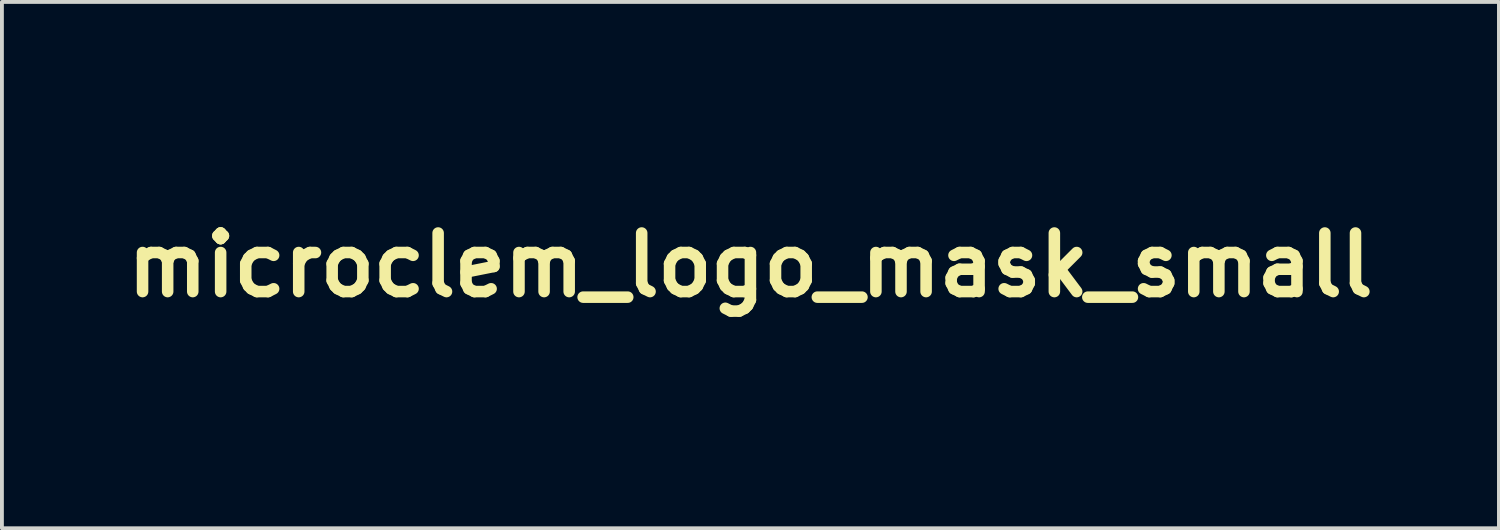
<source format=kicad_pcb>
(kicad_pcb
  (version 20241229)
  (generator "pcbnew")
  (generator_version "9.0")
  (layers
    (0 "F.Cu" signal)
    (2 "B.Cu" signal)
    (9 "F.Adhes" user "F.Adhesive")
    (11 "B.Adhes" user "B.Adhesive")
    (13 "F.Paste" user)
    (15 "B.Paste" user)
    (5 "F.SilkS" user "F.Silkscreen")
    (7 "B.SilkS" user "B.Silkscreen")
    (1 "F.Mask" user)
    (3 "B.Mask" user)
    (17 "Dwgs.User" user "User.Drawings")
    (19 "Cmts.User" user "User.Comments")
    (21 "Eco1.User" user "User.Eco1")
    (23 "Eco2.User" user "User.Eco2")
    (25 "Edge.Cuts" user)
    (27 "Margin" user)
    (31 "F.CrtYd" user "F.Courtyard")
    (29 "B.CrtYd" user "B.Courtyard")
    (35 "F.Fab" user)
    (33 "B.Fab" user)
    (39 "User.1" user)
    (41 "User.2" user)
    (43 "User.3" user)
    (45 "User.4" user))
  (footprint "microclem_logo_mask_small"
    (layer "F.Cu")
    (at 16.481 3.849)
    (property "Reference" "microclem_logo_mask_small" (at 0 0 0) (layer "F.SilkS") (effects (font (size 1.524 1.524) (thickness 0.3))))
    (attr through_hole)
    (fp_poly (pts (xy -0.604 -0.437) (xy -0.607 -0.435) (xy -0.61 -0.437) (xy -0.607 -0.44) (xy -0.604 -0.437)) (stroke (width 0.01) (type solid)) (fill yes) (layer "F.Mask"))
    (fp_poly (pts (xy -0.474 0.663) (xy -0.477 0.666) (xy -0.48 0.663) (xy -0.477 0.66) (xy -0.474 0.663)) (stroke (width 0.01) (type solid)) (fill yes) (layer "F.Mask"))
    (fp_poly (pts (xy 2.019 2.92) (xy 2.063 2.929) (xy 2.101 2.947) (xy 2.131 2.973) (xy 2.153 3.007) (xy 2.167 3.048) (xy 2.172 3.08) (xy 2.175 3.121) (xy 1.823 3.121) (xy 1.823 3.105) (xy 1.826 3.083) (xy 1.834 3.055) (xy 1.845 3.026) (xy 1.858 3) (xy 1.864 2.99) (xy 1.894 2.957) (xy 1.928 2.934) (xy 1.968 2.922) (xy 2.012 2.92) (xy 2.019 2.92)) (stroke (width 0.01) (type solid)) (fill yes) (layer "F.Mask"))
    (fp_poly (pts (xy 0.019 2.929) (xy 0.051 2.937) (xy 0.079 2.95) (xy 0.105 2.971) (xy 0.13 3) (xy 0.149 3.037) (xy 0.163 3.081) (xy 0.171 3.129) (xy 0.173 3.18) (xy 0.172 3.195) (xy 0.165 3.254) (xy 0.151 3.303) (xy 0.13 3.344) (xy 0.102 3.377) (xy 0.068 3.401) (xy 0.065 3.402) (xy 0.037 3.413) (xy 0.001 3.419) (xy -0.036 3.42) (xy -0.071 3.417) (xy -0.099 3.409) (xy -0.126 3.394) (xy -0.153 3.372) (xy -0.176 3.347) (xy -0.186 3.33) (xy -0.201 3.297) (xy -0.21 3.261) (xy -0.215 3.219) (xy -0.217 3.175) (xy -0.217 3.141) (xy -0.215 3.115) (xy -0.212 3.094) (xy -0.206 3.072) (xy -0.205 3.068) (xy -0.186 3.021) (xy -0.162 2.984) (xy -0.132 2.957) (xy -0.095 2.938) (xy -0.052 2.929) (xy -0.02 2.927) (xy 0.019 2.929)) (stroke (width 0.01) (type solid)) (fill yes) (layer "F.Mask"))
    (fp_poly (pts (xy -0.017 -0.054) (xy 0.002 -0.051) (xy 0.02 -0.049) (xy 0.035 -0.044) (xy 0.048 -0.031) (xy 0.05 -0.028) (xy 0.06 -0.013) (xy 0.07 -0.001) (xy 0.071 0.001) (xy 0.076 0.01) (xy 0.076 0.022) (xy 0.074 0.032) (xy 0.069 0.05) (xy 0.067 0.066) (xy 0.066 0.068) (xy 0.061 0.08) (xy 0.046 0.092) (xy 0.043 0.093) (xy 0.029 0.102) (xy 0.02 0.109) (xy 0.018 0.112) (xy 0.011 0.117) (xy -0.001 0.118) (xy -0.015 0.116) (xy -0.023 0.113) (xy -0.035 0.109) (xy -0.046 0.107) (xy -0.058 0.105) (xy -0.067 0.096) (xy -0.073 0.085) (xy -0.082 0.07) (xy -0.09 0.06) (xy -0.092 0.058) (xy -0.097 0.054) (xy -0.098 0.045) (xy -0.096 0.029) (xy -0.094 0.019) (xy -0.087 -0.009) (xy -0.077 -0.027) (xy -0.066 -0.034) (xy -0.065 -0.034) (xy -0.057 -0.038) (xy -0.048 -0.046) (xy -0.037 -0.054) (xy -0.024 -0.055) (xy -0.017 -0.054)) (stroke (width 0.01) (type solid)) (fill yes) (layer "F.Mask"))
    (fp_poly (pts (xy 3.528 3.844) (xy -3.522 3.844) (xy -3.522 2.845) (xy -3.031 2.845) (xy -3.031 3.505) (xy -2.929 3.505) (xy -2.929 3.075) (xy -2.903 3.021) (xy -2.882 2.983) (xy -2.863 2.954) (xy -2.845 2.936) (xy -2.828 2.926) (xy -2.815 2.924) (xy -2.798 2.926) (xy -2.787 2.935) (xy -2.784 2.939) (xy -2.782 2.943) (xy -2.78 2.949) (xy -2.778 2.957) (xy -2.777 2.969) (xy -2.776 2.985) (xy -2.775 3.006) (xy -2.774 3.034) (xy -2.774 3.069) (xy -2.773 3.113) (xy -2.773 3.166) (xy -2.773 3.229) (xy -2.773 3.23) (xy -2.771 3.505) (xy -2.67 3.505) (xy -2.67 3.075) (xy -2.641 3.019) (xy -2.621 2.983) (xy -2.604 2.956) (xy -2.588 2.938) (xy -2.573 2.928) (xy -2.557 2.924) (xy -2.555 2.924) (xy -2.539 2.926) (xy -2.528 2.935) (xy -2.525 2.939) (xy -2.522 2.943) (xy -2.52 2.949) (xy -2.519 2.957) (xy -2.517 2.969) (xy -2.516 2.985) (xy -2.516 3.006) (xy -2.515 3.034) (xy -2.514 3.069) (xy -2.514 3.113) (xy -2.513 3.165) (xy -2.513 3.229) (xy -2.513 3.23) (xy -2.511 3.505) (xy -2.41 3.505) (xy -2.41 3.409) (xy -2.286 3.409) (xy -2.286 3.505) (xy -1.761 3.505) (xy -1.761 3.409) (xy -1.959 3.409) (xy -1.959 3.161) (xy -1.647 3.161) (xy -1.646 3.228) (xy -1.636 3.289) (xy -1.617 3.344) (xy -1.591 3.391) (xy -1.556 3.432) (xy -1.514 3.464) (xy -1.464 3.489) (xy -1.419 3.502) (xy -1.384 3.507) (xy -1.342 3.509) (xy -1.297 3.509) (xy -1.252 3.505) (xy -1.211 3.5) (xy -1.183 3.493) (xy -1.137 3.48) (xy -1.136 3.43) (xy -1.135 3.406) (xy -1.135 3.391) (xy -1.137 3.384) (xy -1.14 3.383) (xy -1.144 3.384) (xy -1.21 3.405) (xy -1.271 3.416) (xy -1.328 3.417) (xy -1.348 3.415) (xy -1.398 3.404) (xy -1.439 3.386) (xy -1.472 3.361) (xy -1.498 3.327) (xy -1.516 3.285) (xy -1.528 3.235) (xy -1.53 3.219) (xy -1.532 3.16) (xy -1.524 3.102) (xy -1.512 3.062) (xy -1.496 3.031) (xy -1.472 3.001) (xy -1.444 2.973) (xy -1.413 2.952) (xy -1.407 2.948) (xy -1.373 2.937) (xy -1.332 2.93) (xy -1.287 2.93) (xy -1.24 2.934) (xy -1.196 2.944) (xy -1.159 2.957) (xy -1.135 2.968) (xy -1.135 2.867) (xy -1.153 2.859) (xy -1.191 2.847) (xy -1.208 2.845) (xy -0.971 2.845) (xy -0.971 3.505) (xy -0.858 3.505) (xy -0.858 3.181) (xy -0.329 3.181) (xy -0.326 3.243) (xy -0.317 3.297) (xy -0.302 3.344) (xy -0.281 3.386) (xy -0.252 3.424) (xy -0.249 3.427) (xy -0.211 3.461) (xy -0.165 3.487) (xy -0.113 3.505) (xy -0.082 3.511) (xy -0.055 3.513) (xy -0.022 3.513) (xy 0.013 3.511) (xy 0.045 3.506) (xy 0.056 3.504) (xy 0.102 3.488) (xy 0.146 3.464) (xy 0.186 3.432) (xy 0.189 3.429) (xy 0.225 3.387) (xy 0.252 3.339) (xy 0.271 3.286) (xy 0.281 3.226) (xy 0.284 3.167) (xy 0.284 3.161) (xy 0.414 3.161) (xy 0.415 3.228) (xy 0.424 3.289) (xy 0.443 3.344) (xy 0.469 3.391) (xy 0.504 3.432) (xy 0.546 3.464) (xy 0.596 3.489) (xy 0.641 3.502) (xy 0.676 3.507) (xy 0.718 3.509) (xy 0.763 3.509) (xy 0.808 3.505) (xy 0.85 3.5) (xy 0.878 3.493) (xy 0.923 3.48) (xy 0.925 3.43) (xy 0.925 3.409) (xy 1.078 3.409) (xy 1.078 3.505) (xy 1.603 3.505) (xy 1.603 3.409) (xy 1.405 3.409) (xy 1.405 3.188) (xy 1.707 3.188) (xy 1.709 3.233) (xy 1.714 3.275) (xy 1.718 3.293) (xy 1.736 3.349) (xy 1.762 3.397) (xy 1.796 3.437) (xy 1.837 3.468) (xy 1.887 3.492) (xy 1.944 3.507) (xy 1.966 3.511) (xy 1.992 3.513) (xy 2.026 3.514) (xy 2.064 3.513) (xy 2.103 3.51) (xy 2.139 3.507) (xy 2.156 3.505) (xy 2.181 3.501) (xy 2.208 3.496) (xy 2.223 3.493) (xy 2.252 3.486) (xy 2.252 3.442) (xy 2.252 3.419) (xy 2.251 3.406) (xy 2.249 3.4) (xy 2.245 3.399) (xy 2.239 3.4) (xy 2.204 3.408) (xy 2.163 3.414) (xy 2.12 3.419) (xy 2.075 3.421) (xy 2.033 3.421) (xy 1.996 3.419) (xy 1.966 3.415) (xy 1.959 3.413) (xy 1.916 3.395) (xy 1.881 3.369) (xy 1.853 3.336) (xy 1.834 3.297) (xy 1.824 3.253) (xy 1.823 3.233) (xy 1.823 3.206) (xy 2.285 3.206) (xy 2.289 3.181) (xy 2.291 3.162) (xy 2.291 3.137) (xy 2.289 3.112) (xy 2.289 3.111) (xy 2.279 3.047) (xy 2.261 2.991) (xy 2.236 2.943) (xy 2.204 2.904) (xy 2.164 2.873) (xy 2.117 2.851) (xy 2.092 2.845) (xy 2.416 2.845) (xy 2.416 3.505) (xy 2.517 3.505) (xy 2.517 3.075) (xy 2.544 3.021) (xy 2.565 2.983) (xy 2.584 2.954) (xy 2.602 2.936) (xy 2.619 2.926) (xy 2.632 2.924) (xy 2.649 2.926) (xy 2.66 2.935) (xy 2.663 2.939) (xy 2.665 2.943) (xy 2.667 2.949) (xy 2.668 2.957) (xy 2.67 2.969) (xy 2.671 2.985) (xy 2.672 3.006) (xy 2.672 3.034) (xy 2.673 3.069) (xy 2.673 3.113) (xy 2.674 3.166) (xy 2.674 3.229) (xy 2.674 3.23) (xy 2.676 3.505) (xy 2.777 3.505) (xy 2.777 3.075) (xy 2.806 3.019) (xy 2.826 2.983) (xy 2.843 2.956) (xy 2.859 2.938) (xy 2.874 2.928) (xy 2.889 2.924) (xy 2.892 2.924) (xy 2.908 2.926) (xy 2.919 2.935) (xy 2.922 2.939) (xy 2.925 2.943) (xy 2.927 2.949) (xy 2.928 2.957) (xy 2.929 2.969) (xy 2.931 2.985) (xy 2.931 3.006) (xy 2.932 3.034) (xy 2.933 3.069) (xy 2.933 3.113) (xy 2.933 3.165) (xy 2.934 3.229) (xy 2.934 3.23) (xy 2.936 3.505) (xy 3.037 3.505) (xy 3.036 3.224) (xy 3.035 3.161) (xy 3.035 3.107) (xy 3.034 3.063) (xy 3.034 3.028) (xy 3.033 2.999) (xy 3.032 2.976) (xy 3.031 2.959) (xy 3.03 2.945) (xy 3.028 2.935) (xy 3.026 2.927) (xy 3.024 2.919) (xy 3.021 2.912) (xy 3.005 2.883) (xy 2.985 2.858) (xy 2.962 2.842) (xy 2.956 2.84) (xy 2.93 2.834) (xy 2.901 2.834) (xy 2.873 2.84) (xy 2.862 2.844) (xy 2.837 2.862) (xy 2.814 2.888) (xy 2.791 2.925) (xy 2.785 2.937) (xy 2.764 2.977) (xy 2.757 2.938) (xy 2.748 2.9) (xy 2.735 2.872) (xy 2.718 2.852) (xy 2.695 2.84) (xy 2.664 2.835) (xy 2.661 2.835) (xy 2.629 2.836) (xy 2.602 2.845) (xy 2.577 2.863) (xy 2.553 2.89) (xy 2.53 2.927) (xy 2.527 2.934) (xy 2.518 2.951) (xy 2.511 2.959) (xy 2.506 2.959) (xy 2.503 2.95) (xy 2.502 2.93) (xy 2.501 2.899) (xy 2.501 2.897) (xy 2.5 2.845) (xy 2.416 2.845) (xy 2.092 2.845) (xy 2.063 2.838) (xy 2.005 2.834) (xy 1.949 2.838) (xy 1.899 2.852) (xy 1.853 2.875) (xy 1.811 2.908) (xy 1.803 2.915) (xy 1.77 2.954) (xy 1.744 2.999) (xy 1.724 3.051) (xy 1.721 3.062) (xy 1.713 3.098) (xy 1.709 3.141) (xy 1.707 3.188) (xy 1.405 3.188) (xy 1.405 2.574) (xy 1.095 2.574) (xy 1.095 2.664) (xy 1.293 2.664) (xy 1.293 3.409) (xy 1.078 3.409) (xy 0.925 3.409) (xy 0.925 3.406) (xy 0.925 3.391) (xy 0.923 3.384) (xy 0.92 3.383) (xy 0.916 3.384) (xy 0.85 3.405) (xy 0.789 3.416) (xy 0.732 3.417) (xy 0.712 3.415) (xy 0.662 3.404) (xy 0.621 3.386) (xy 0.588 3.361) (xy 0.562 3.327) (xy 0.544 3.285) (xy 0.532 3.235) (xy 0.53 3.219) (xy 0.528 3.16) (xy 0.536 3.102) (xy 0.548 3.062) (xy 0.564 3.031) (xy 0.588 3.001) (xy 0.617 2.973) (xy 0.647 2.952) (xy 0.654 2.948) (xy 0.688 2.937) (xy 0.728 2.93) (xy 0.773 2.93) (xy 0.82 2.934) (xy 0.865 2.944) (xy 0.901 2.957) (xy 0.926 2.968) (xy 0.926 2.867) (xy 0.907 2.859) (xy 0.869 2.847) (xy 0.822 2.84) (xy 0.765 2.837) (xy 0.751 2.837) (xy 0.717 2.837) (xy 0.691 2.838) (xy 0.669 2.841) (xy 0.649 2.846) (xy 0.641 2.849) (xy 0.584 2.872) (xy 0.535 2.903) (xy 0.494 2.943) (xy 0.461 2.989) (xy 0.436 3.043) (xy 0.42 3.103) (xy 0.414 3.161) (xy 0.284 3.161) (xy 0.283 3.117) (xy 0.278 3.076) (xy 0.275 3.057) (xy 0.256 3) (xy 0.229 2.95) (xy 0.195 2.909) (xy 0.153 2.877) (xy 0.105 2.853) (xy 0.051 2.839) (xy -0.01 2.834) (xy -0.012 2.834) (xy -0.057 2.835) (xy -0.094 2.841) (xy -0.13 2.852) (xy -0.162 2.865) (xy -0.207 2.892) (xy -0.246 2.928) (xy -0.278 2.972) (xy -0.289 2.993) (xy -0.306 3.029) (xy -0.317 3.063) (xy -0.325 3.097) (xy -0.328 3.136) (xy -0.329 3.181) (xy -0.858 3.181) (xy -0.858 3.07) (xy -0.8 3.012) (xy -0.762 2.977) (xy -0.729 2.951) (xy -0.698 2.934) (xy -0.669 2.926) (xy -0.64 2.926) (xy -0.622 2.929) (xy -0.593 2.941) (xy -0.571 2.961) (xy -0.556 2.989) (xy -0.546 3.026) (xy -0.543 3.052) (xy -0.54 3.093) (xy -0.429 3.093) (xy -0.429 3.069) (xy -0.431 3.038) (xy -0.437 3.004) (xy -0.445 2.971) (xy -0.454 2.942) (xy -0.459 2.932) (xy -0.484 2.895) (xy -0.515 2.867) (xy -0.553 2.847) (xy -0.599 2.836) (xy -0.619 2.835) (xy -0.665 2.836) (xy -0.708 2.846) (xy -0.749 2.865) (xy -0.79 2.894) (xy -0.828 2.929) (xy -0.844 2.944) (xy -0.856 2.956) (xy -0.864 2.963) (xy -0.866 2.963) (xy -0.867 2.958) (xy -0.868 2.944) (xy -0.869 2.923) (xy -0.869 2.904) (xy -0.869 2.845) (xy -0.971 2.845) (xy -1.208 2.845) (xy -1.238 2.84) (xy -1.295 2.837) (xy -1.31 2.837) (xy -1.343 2.837) (xy -1.369 2.838) (xy -1.391 2.841) (xy -1.411 2.846) (xy -1.42 2.849) (xy -1.476 2.872) (xy -1.525 2.903) (xy -1.566 2.943) (xy -1.6 2.989) (xy -1.624 3.043) (xy -1.64 3.103) (xy -1.647 3.161) (xy -1.959 3.161) (xy -1.959 2.845) (xy -2.269 2.845) (xy -2.269 2.935) (xy -2.072 2.935) (xy -2.072 3.409) (xy -2.286 3.409) (xy -2.41 3.409) (xy -2.411 3.224) (xy -2.412 3.161) (xy -2.412 3.107) (xy -2.413 3.063) (xy -2.413 3.028) (xy -2.414 2.999) (xy -2.415 2.976) (xy -2.416 2.959) (xy -2.417 2.945) (xy -2.419 2.935) (xy -2.421 2.927) (xy -2.423 2.919) (xy -2.426 2.912) (xy -2.442 2.883) (xy -2.462 2.858) (xy -2.485 2.842) (xy -2.491 2.84) (xy -2.517 2.834) (xy -2.546 2.834) (xy -2.574 2.84) (xy -2.585 2.844) (xy -2.61 2.862) (xy -2.633 2.888) (xy -2.656 2.925) (xy -2.662 2.937) (xy -2.683 2.977) (xy -2.69 2.938) (xy -2.699 2.9) (xy -2.711 2.872) (xy -2.729 2.852) (xy -2.752 2.84) (xy -2.783 2.835) (xy -2.786 2.835) (xy -2.818 2.836) (xy -2.845 2.845) (xy -2.87 2.863) (xy -2.894 2.89) (xy -2.916 2.927) (xy -2.92 2.934) (xy -2.929 2.951) (xy -2.936 2.959) (xy -2.941 2.959) (xy -2.944 2.95) (xy -2.945 2.93) (xy -2.946 2.899) (xy -2.946 2.897) (xy -2.946 2.845) (xy -3.031 2.845) (xy -3.522 2.845) (xy -3.522 2.663) (xy -2.119 2.663) (xy -2.117 2.674) (xy -2.106 2.697) (xy -2.089 2.718) (xy -2.069 2.733) (xy -2.058 2.737) (xy -2.042 2.741) (xy -2.03 2.742) (xy -2.018 2.74) (xy -2.009 2.738) (xy -1.987 2.727) (xy -1.967 2.708) (xy -1.952 2.686) (xy -1.947 2.673) (xy -1.946 2.644) (xy -1.955 2.617) (xy -1.971 2.593) (xy -1.994 2.576) (xy -2.01 2.569) (xy -2.039 2.567) (xy -2.066 2.574) (xy -2.089 2.589) (xy -2.107 2.61) (xy -2.118 2.635) (xy -2.119 2.663) (xy -3.522 2.663) (xy -3.522 1.807) (xy -1.314 1.807) (xy -1.312 1.827) (xy -1.302 1.854) (xy -1.287 1.885) (xy -1.266 1.92) (xy -1.241 1.956) (xy -1.238 1.959) (xy -1.221 1.979) (xy -1.198 2.004) (xy -1.17 2.032) (xy -1.14 2.06) (xy -1.111 2.087) (xy -1.084 2.109) (xy -1.077 2.115) (xy -1.029 2.147) (xy -0.973 2.176) (xy -0.911 2.203) (xy -0.845 2.226) (xy -0.779 2.244) (xy -0.714 2.257) (xy -0.654 2.262) (xy -0.646 2.263) (xy -0.63 2.262) (xy -0.606 2.262) (xy -0.576 2.26) (xy -0.545 2.258) (xy -0.538 2.258) (xy -0.503 2.255) (xy -0.463 2.249) (xy -0.421 2.243) (xy -0.38 2.235) (xy -0.341 2.227) (xy -0.308 2.219) (xy -0.283 2.211) (xy -0.277 2.209) (xy -0.257 2.201) (xy -0.264 2.195) (xy 0.312 2.195) (xy 0.316 2.205) (xy 0.316 2.205) (xy 0.33 2.215) (xy 0.353 2.226) (xy 0.382 2.238) (xy 0.417 2.249) (xy 0.455 2.258) (xy 0.494 2.265) (xy 0.508 2.267) (xy 0.532 2.267) (xy 0.561 2.266) (xy 0.595 2.266) (xy 0.629 2.264) (xy 0.662 2.262) (xy 0.691 2.26) (xy 0.714 2.258) (xy 0.72 2.257) (xy 0.773 2.246) (xy 0.83 2.227) (xy 0.891 2.203) (xy 0.951 2.174) (xy 1.008 2.141) (xy 1.059 2.107) (xy 1.097 2.077) (xy 1.126 2.049) (xy 1.159 2.014) (xy 1.193 1.975) (xy 1.227 1.935) (xy 1.257 1.895) (xy 1.276 1.868) (xy 1.295 1.838) (xy 1.313 1.809) (xy 1.329 1.783) (xy 1.341 1.762) (xy 1.347 1.747) (xy 1.349 1.741) (xy 1.344 1.74) (xy 1.332 1.741) (xy 1.33 1.742) (xy 1.317 1.743) (xy 1.311 1.74) (xy 1.309 1.73) (xy 1.309 1.73) (xy 1.306 1.719) (xy 1.303 1.718) (xy 1.298 1.722) (xy 1.288 1.731) (xy 1.274 1.741) (xy 1.27 1.744) (xy 1.257 1.753) (xy 1.239 1.767) (xy 1.217 1.784) (xy 1.198 1.798) (xy 1.163 1.825) (xy 1.126 1.85) (xy 1.087 1.875) (xy 1.044 1.9) (xy 0.994 1.927) (xy 0.935 1.957) (xy 0.926 1.962) (xy 0.885 1.981) (xy 0.845 2) (xy 0.806 2.018) (xy 0.771 2.033) (xy 0.741 2.045) (xy 0.717 2.054) (xy 0.7 2.059) (xy 0.695 2.06) (xy 0.688 2.062) (xy 0.672 2.066) (xy 0.65 2.072) (xy 0.624 2.08) (xy 0.623 2.081) (xy 0.592 2.089) (xy 0.554 2.099) (xy 0.514 2.109) (xy 0.476 2.118) (xy 0.468 2.12) (xy 0.432 2.127) (xy 0.404 2.134) (xy 0.384 2.141) (xy 0.367 2.147) (xy 0.353 2.155) (xy 0.347 2.159) (xy 0.326 2.173) (xy 0.315 2.185) (xy 0.312 2.195) (xy -0.264 2.195) (xy -0.271 2.19) (xy -0.283 2.182) (xy -0.291 2.179) (xy -0.291 2.179) (xy -0.291 2.176) (xy -0.284 2.169) (xy -0.283 2.168) (xy -0.274 2.161) (xy -0.274 2.157) (xy -0.28 2.154) (xy -0.289 2.152) (xy -0.307 2.149) (xy -0.332 2.146) (xy -0.362 2.142) (xy -0.381 2.139) (xy -0.431 2.132) (xy -0.477 2.124) (xy -0.522 2.115) (xy -0.568 2.103) (xy -0.618 2.089) (xy -0.673 2.072) (xy -0.719 2.057) (xy -0.818 2.02) (xy -0.911 1.981) (xy -1 1.936) (xy -1.089 1.885) (xy -1.157 1.841) (xy -1.188 1.821) (xy -1.213 1.806) (xy -1.233 1.797) (xy -1.251 1.791) (xy -1.257 1.79) (xy -1.282 1.785) (xy -1.299 1.784) (xy -1.308 1.788) (xy -1.313 1.798) (xy -1.314 1.807) (xy -3.522 1.807) (xy -3.522 1.777) (xy -0.017 1.777) (xy -0.017 1.814) (xy -0.016 1.845) (xy -0.014 1.869) (xy -0.011 1.884) (xy -0.011 1.884) (xy 0.001 1.903) (xy 0.02 1.921) (xy 0.044 1.936) (xy 0.069 1.945) (xy 0.073 1.946) (xy 0.085 1.948) (xy 0.09 1.95) (xy 0.096 1.949) (xy 0.108 1.944) (xy 0.115 1.94) (xy 0.138 1.921) (xy 0.154 1.898) (xy 0.164 1.875) (xy 0.176 1.843) (xy 0.188 1.805) (xy 0.2 1.762) (xy 0.211 1.717) (xy 0.213 1.708) (xy 0.216 1.693) (xy 0.218 1.676) (xy 0.22 1.656) (xy 0.221 1.631) (xy 0.222 1.6) (xy 0.223 1.562) (xy 0.223 1.515) (xy 0.223 1.49) (xy 0.223 1.441) (xy 0.223 1.401) (xy 0.222 1.369) (xy 0.221 1.342) (xy 0.22 1.318) (xy 0.218 1.295) (xy 0.215 1.272) (xy 0.211 1.246) (xy 0.206 1.215) (xy 0.204 1.205) (xy 0.197 1.165) (xy 0.19 1.124) (xy 0.183 1.085) (xy 0.176 1.051) (xy 0.172 1.027) (xy 0.165 0.994) (xy 0.157 0.957) (xy 0.15 0.923) (xy 0.146 0.906) (xy 0.141 0.881) (xy 0.135 0.86) (xy 0.13 0.846) (xy 0.127 0.841) (xy 0.12 0.83) (xy 0.119 0.823) (xy 0.115 0.814) (xy 0.108 0.805) (xy 0.1 0.8) (xy 0.095 0.802) (xy 0.094 0.803) (xy 0.091 0.803) (xy 0.088 0.795) (xy 0.087 0.793) (xy 0.082 0.78) (xy 0.075 0.768) (xy 0.068 0.762) (xy 0.065 0.763) (xy 0.063 0.77) (xy 0.061 0.787) (xy 0.058 0.811) (xy 0.055 0.842) (xy 0.051 0.878) (xy 0.049 0.916) (xy 0.046 0.955) (xy 0.045 0.965) (xy 0.043 1) (xy 0.04 1.044) (xy 0.036 1.092) (xy 0.032 1.141) (xy 0.027 1.189) (xy 0.026 1.208) (xy 0.021 1.254) (xy 0.017 1.301) (xy 0.013 1.349) (xy 0.009 1.392) (xy 0.007 1.429) (xy 0.006 1.442) (xy 0.003 1.482) (xy -0.001 1.527) (xy -0.004 1.572) (xy -0.008 1.612) (xy -0.009 1.617) (xy -0.012 1.655) (xy -0.014 1.696) (xy -0.016 1.737) (xy -0.017 1.777) (xy -3.522 1.777) (xy -3.522 0.624) (xy -2.243 0.624) (xy -2.242 0.687) (xy -2.238 0.742) (xy -2.231 0.792) (xy -2.219 0.84) (xy -2.202 0.888) (xy -2.18 0.938) (xy -2.152 0.994) (xy -2.144 1.008) (xy -2.109 1.067) (xy -2.07 1.121) (xy -2.024 1.172) (xy -1.977 1.216) (xy -1.946 1.243) (xy -1.913 1.27) (xy -1.879 1.295) (xy -1.846 1.318) (xy -1.815 1.34) (xy -1.786 1.357) (xy -1.761 1.371) (xy -1.741 1.381) (xy -1.727 1.385) (xy -1.72 1.383) (xy -1.72 1.379) (xy -1.722 1.363) (xy -1.722 1.355) (xy -1.718 1.353) (xy -1.712 1.353) (xy -1.702 1.353) (xy -1.699 1.35) (xy -1.702 1.344) (xy -1.704 1.342) (xy -1.326 1.342) (xy -1.326 1.369) (xy -1.324 1.394) (xy -1.317 1.42) (xy -1.308 1.443) (xy -1.298 1.457) (xy -1.283 1.467) (xy -1.26 1.471) (xy -1.232 1.47) (xy -1.203 1.464) (xy -1.181 1.456) (xy -1.142 1.437) (xy -1.099 1.411) (xy -1.054 1.382) (xy -1.011 1.351) (xy -0.973 1.321) (xy -0.963 1.312) (xy -0.899 1.253) (xy -0.841 1.193) (xy -0.786 1.133) (xy -0.733 1.069) (xy -0.681 1) (xy -0.627 0.923) (xy -0.602 0.887) (xy -0.583 0.858) (xy -0.562 0.826) (xy -0.541 0.796) (xy -0.529 0.777) (xy -0.512 0.75) (xy -0.496 0.722) (xy -0.484 0.696) (xy -0.476 0.675) (xy -0.473 0.666) (xy -0.473 0.653) (xy -0.477 0.647) (xy -0.481 0.647) (xy -0.484 0.648) (xy -0.483 0.644) (xy -0.479 0.633) (xy -0.476 0.619) (xy -0.474 0.603) (xy -0.49 0.613) (xy -0.507 0.624) (xy -0.528 0.641) (xy -0.555 0.664) (xy -0.589 0.693) (xy -0.615 0.716) (xy -0.636 0.734) (xy -0.663 0.758) (xy -0.696 0.786) (xy -0.731 0.816) (xy -0.768 0.846) (xy -0.801 0.874) (xy -0.837 0.904) (xy -0.873 0.934) (xy -0.907 0.963) (xy -0.938 0.989) (xy -0.964 1.011) (xy -0.982 1.027) (xy -1.005 1.047) (xy -1.034 1.072) (xy -1.066 1.1) (xy -1.098 1.127) (xy -1.115 1.141) (xy -1.147 1.168) (xy -1.182 1.2) (xy -1.217 1.232) (xy -1.249 1.263) (xy -1.26 1.274) (xy -1.326 1.342) (xy -1.704 1.342) (xy -1.711 1.331) (xy -1.725 1.312) (xy -1.743 1.288) (xy -1.763 1.261) (xy -1.764 1.26) (xy -1.787 1.229) (xy -1.81 1.197) (xy -1.831 1.167) (xy -1.848 1.141) (xy -1.857 1.126) (xy -1.87 1.103) (xy -1.886 1.073) (xy -1.905 1.038) (xy -1.925 0.999) (xy -1.945 0.959) (xy -1.964 0.92) (xy -1.981 0.885) (xy -1.995 0.855) (xy -2.005 0.833) (xy -2.005 0.833) (xy -2.019 0.797) (xy -2.034 0.752) (xy -2.049 0.702) (xy -2.065 0.649) (xy -2.079 0.596) (xy -2.091 0.545) (xy -2.099 0.509) (xy -2.107 0.474) (xy -2.113 0.446) (xy -2.12 0.425) (xy -2.128 0.408) (xy -2.134 0.398) (xy -2.15 0.374) (xy -2.162 0.359) (xy -2.172 0.353) (xy -2.18 0.353) (xy -2.19 0.362) (xy -2.202 0.381) (xy -2.213 0.409) (xy -2.225 0.443) (xy -2.229 0.456) (xy -2.234 0.476) (xy -2.238 0.493) (xy -2.24 0.511) (xy -2.242 0.53) (xy -2.243 0.554) (xy -2.243 0.585) (xy -2.243 0.624) (xy -3.522 0.624) (xy -3.522 0.129) (xy -1.93 0.129) (xy -1.925 0.15) (xy -1.91 0.17) (xy -1.888 0.189) (xy -1.874 0.197) (xy -1.852 0.207) (xy -1.822 0.218) (xy -1.787 0.229) (xy -1.749 0.239) (xy -1.711 0.249) (xy -1.677 0.256) (xy -1.657 0.259) (xy -1.631 0.261) (xy -1.596 0.263) (xy -1.554 0.264) (xy -1.508 0.265) (xy -1.46 0.265) (xy -1.412 0.264) (xy -1.366 0.263) (xy -1.326 0.261) (xy -1.292 0.259) (xy -1.272 0.257) (xy -1.238 0.252) (xy -1.2 0.246) (xy -1.158 0.24) (xy -1.117 0.233) (xy -1.076 0.226) (xy -1.04 0.22) (xy -1.009 0.214) (xy -0.985 0.209) (xy -0.974 0.206) (xy -0.955 0.202) (xy -0.929 0.196) (xy -0.902 0.19) (xy -0.895 0.189) (xy -0.869 0.183) (xy -0.843 0.175) (xy -0.82 0.167) (xy -0.801 0.158) (xy -0.788 0.151) (xy -0.785 0.146) (xy -0.78 0.142) (xy -0.775 0.141) (xy -0.769 0.14) (xy -0.773 0.137) (xy -0.776 0.135) (xy -0.787 0.131) (xy -0.776 0.13) (xy -0.765 0.127) (xy -0.754 0.121) (xy -0.747 0.114) (xy -0.746 0.11) (xy -0.753 0.106) (xy -0.767 0.103) (xy -0.788 0.099) (xy -0.818 0.096) (xy -0.857 0.093) (xy -0.906 0.089) (xy -0.926 0.088) (xy -0.972 0.084) (xy -1.025 0.08) (xy -1.082 0.076) (xy -1.138 0.071) (xy -1.19 0.067) (xy -1.192 0.066) (xy -0.615 0.066) (xy -0.613 0.08) (xy -0.606 0.099) (xy -0.593 0.124) (xy -0.582 0.146) (xy -0.574 0.167) (xy -0.568 0.182) (xy -0.568 0.185) (xy -0.558 0.209) (xy -0.537 0.237) (xy -0.506 0.269) (xy -0.477 0.295) (xy -0.455 0.313) (xy -0.435 0.331) (xy -0.418 0.346) (xy -0.41 0.355) (xy -0.4 0.366) (xy -0.397 0.374) (xy -0.4 0.382) (xy -0.402 0.385) (xy -0.408 0.398) (xy -0.413 0.417) (xy -0.414 0.426) (xy -0.417 0.445) (xy -0.42 0.462) (xy -0.421 0.467) (xy -0.42 0.476) (xy -0.41 0.485) (xy -0.392 0.495) (xy -0.364 0.506) (xy -0.341 0.514) (xy -0.32 0.521) (xy -0.303 0.528) (xy -0.293 0.534) (xy -0.293 0.534) (xy -0.275 0.543) (xy -0.247 0.549) (xy -0.211 0.551) (xy -0.168 0.548) (xy -0.164 0.548) (xy -0.135 0.545) (xy -0.107 0.543) (xy -0.082 0.542) (xy -0.072 0.542) (xy -0.054 0.542) (xy -0.044 0.544) (xy -0.039 0.55) (xy -0.035 0.56) (xy -0.035 0.561) (xy -0.029 0.576) (xy -0.018 0.595) (xy -0.008 0.609) (xy 0.005 0.625) (xy 0.013 0.633) (xy 0.022 0.636) (xy 0.031 0.635) (xy 0.044 0.631) (xy 0.063 0.623) (xy 0.085 0.612) (xy 0.092 0.609) (xy 0.113 0.599) (xy 0.131 0.591) (xy 0.142 0.587) (xy 0.145 0.587) (xy 0.161 0.583) (xy 0.181 0.57) (xy 0.204 0.551) (xy 0.229 0.526) (xy 0.241 0.512) (xy 0.254 0.496) (xy 0.564 0.496) (xy 0.568 0.504) (xy 0.579 0.519) (xy 0.595 0.541) (xy 0.617 0.567) (xy 0.642 0.597) (xy 0.668 0.626) (xy 0.688 0.649) (xy 0.713 0.678) (xy 0.742 0.712) (xy 0.773 0.749) (xy 0.804 0.786) (xy 0.826 0.813) (xy 0.857 0.85) (xy 0.889 0.888) (xy 0.922 0.927) (xy 0.952 0.963) (xy 0.978 0.993) (xy 0.993 1.01) (xy 1.02 1.041) (xy 1.049 1.076) (xy 1.078 1.11) (xy 1.104 1.14) (xy 1.113 1.151) (xy 1.133 1.175) (xy 1.157 1.201) (xy 1.182 1.229) (xy 1.209 1.256) (xy 1.234 1.282) (xy 1.258 1.305) (xy 1.278 1.324) (xy 1.294 1.338) (xy 1.303 1.345) (xy 1.304 1.345) (xy 1.312 1.347) (xy 1.32 1.348) (xy 1.331 1.347) (xy 1.349 1.344) (xy 1.359 1.343) (xy 1.391 1.334) (xy 1.414 1.32) (xy 1.423 1.306) (xy 1.744 1.306) (xy 1.745 1.324) (xy 1.748 1.334) (xy 1.748 1.334) (xy 1.758 1.337) (xy 1.775 1.335) (xy 1.797 1.328) (xy 1.822 1.318) (xy 1.834 1.311) (xy 1.881 1.283) (xy 1.923 1.254) (xy 1.962 1.221) (xy 2.001 1.182) (xy 2.041 1.136) (xy 2.061 1.112) (xy 2.101 1.055) (xy 2.137 0.989) (xy 2.169 0.915) (xy 2.194 0.836) (xy 2.212 0.756) (xy 2.216 0.732) (xy 2.218 0.7) (xy 2.219 0.662) (xy 2.219 0.621) (xy 2.218 0.58) (xy 2.216 0.542) (xy 2.213 0.509) (xy 2.213 0.506) (xy 2.208 0.471) (xy 2.201 0.433) (xy 2.194 0.395) (xy 2.186 0.359) (xy 2.178 0.328) (xy 2.17 0.302) (xy 2.164 0.286) (xy 2.162 0.282) (xy 2.157 0.278) (xy 2.154 0.283) (xy 2.153 0.286) (xy 2.145 0.299) (xy 2.134 0.302) (xy 2.122 0.296) (xy 2.119 0.294) (xy 2.116 0.295) (xy 2.113 0.301) (xy 2.11 0.314) (xy 2.107 0.335) (xy 2.103 0.365) (xy 2.103 0.365) (xy 2.096 0.421) (xy 2.088 0.469) (xy 2.081 0.512) (xy 2.072 0.552) (xy 2.062 0.593) (xy 2.049 0.636) (xy 2.034 0.685) (xy 2.015 0.74) (xy 2.01 0.755) (xy 1.968 0.865) (xy 1.921 0.969) (xy 1.866 1.071) (xy 1.803 1.172) (xy 1.802 1.173) (xy 1.786 1.199) (xy 1.771 1.224) (xy 1.759 1.246) (xy 1.752 1.261) (xy 1.752 1.262) (xy 1.747 1.284) (xy 1.744 1.306) (xy 1.423 1.306) (xy 1.427 1.3) (xy 1.432 1.273) (xy 1.427 1.24) (xy 1.423 1.225) (xy 1.412 1.198) (xy 1.396 1.166) (xy 1.376 1.13) (xy 1.353 1.092) (xy 1.329 1.056) (xy 1.305 1.023) (xy 1.285 0.998) (xy 1.25 0.96) (xy 1.211 0.919) (xy 1.168 0.878) (xy 1.124 0.836) (xy 1.082 0.798) (xy 1.041 0.763) (xy 1.006 0.735) (xy 0.993 0.726) (xy 0.932 0.682) (xy 0.874 0.642) (xy 0.822 0.606) (xy 0.775 0.574) (xy 0.734 0.548) (xy 0.701 0.527) (xy 0.674 0.512) (xy 0.656 0.504) (xy 0.653 0.503) (xy 0.629 0.496) (xy 0.613 0.494) (xy 0.606 0.497) (xy 0.606 0.501) (xy 0.607 0.505) (xy 0.601 0.503) (xy 0.597 0.5) (xy 0.584 0.493) (xy 0.572 0.491) (xy 0.565 0.493) (xy 0.564 0.496) (xy 0.254 0.496) (xy 0.271 0.475) (xy 0.296 0.447) (xy 0.315 0.429) (xy 0.327 0.419) (xy 0.332 0.418) (xy 0.342 0.421) (xy 0.352 0.426) (xy 0.364 0.431) (xy 0.383 0.435) (xy 0.401 0.438) (xy 0.419 0.439) (xy 0.433 0.438) (xy 0.443 0.433) (xy 0.451 0.422) (xy 0.459 0.404) (xy 0.468 0.377) (xy 0.471 0.37) (xy 0.478 0.349) (xy 0.485 0.331) (xy 0.491 0.32) (xy 0.492 0.318) (xy 0.496 0.309) (xy 0.502 0.293) (xy 0.506 0.281) (xy 0.508 0.272) (xy 0.51 0.263) (xy 0.511 0.254) (xy 0.511 0.242) (xy 0.511 0.227) (xy 0.51 0.206) (xy 0.507 0.178) (xy 0.504 0.142) (xy 0.501 0.097) (xy 0.5 0.092) (xy 0.501 0.071) (xy 0.508 0.059) (xy 0.519 0.056) (xy 0.529 0.053) (xy 0.544 0.044) (xy 0.562 0.032) (xy 0.58 0.019) (xy 0.585 0.014) (xy 0.592 0.005) (xy 0.594 -0.005) (xy 0.592 -0.019) (xy 0.585 -0.039) (xy 0.579 -0.051) (xy 0.724 -0.051) (xy 0.724 -0.048) (xy 0.732 -0.044) (xy 0.752 -0.041) (xy 0.78 -0.037) (xy 0.818 -0.034) (xy 0.864 -0.03) (xy 0.886 -0.028) (xy 0.918 -0.026) (xy 0.958 -0.023) (xy 1.005 -0.019) (xy 1.055 -0.015) (xy 1.107 -0.011) (xy 1.157 -0.006) (xy 1.166 -0.005) (xy 1.217 -0.001) (xy 1.272 0.004) (xy 1.327 0.009) (xy 1.379 0.013) (xy 1.426 0.017) (xy 1.465 0.02) (xy 1.468 0.02) (xy 1.503 0.023) (xy 1.535 0.026) (xy 1.561 0.028) (xy 1.58 0.03) (xy 1.59 0.031) (xy 1.591 0.032) (xy 1.597 0.032) (xy 1.613 0.033) (xy 1.637 0.033) (xy 1.667 0.034) (xy 1.702 0.034) (xy 1.719 0.034) (xy 1.76 0.034) (xy 1.791 0.034) (xy 1.814 0.033) (xy 1.83 0.032) (xy 1.842 0.03) (xy 1.85 0.028) (xy 1.856 0.025) (xy 1.859 0.022) (xy 1.874 0.007) (xy 1.889 -0.015) (xy 1.901 -0.039) (xy 1.908 -0.058) (xy 1.907 -0.08) (xy 1.895 -0.102) (xy 1.873 -0.122) (xy 1.841 -0.141) (xy 1.798 -0.158) (xy 1.747 -0.174) (xy 1.686 -0.188) (xy 1.652 -0.194) (xy 1.626 -0.198) (xy 1.591 -0.2) (xy 1.549 -0.202) (xy 1.503 -0.203) (xy 1.454 -0.204) (xy 1.404 -0.203) (xy 1.356 -0.202) (xy 1.311 -0.201) (xy 1.273 -0.198) (xy 1.243 -0.195) (xy 1.241 -0.195) (xy 1.183 -0.186) (xy 1.124 -0.177) (xy 1.066 -0.167) (xy 1.01 -0.156) (xy 0.958 -0.146) (xy 0.91 -0.136) (xy 0.867 -0.126) (xy 0.832 -0.117) (xy 0.806 -0.109) (xy 0.789 -0.103) (xy 0.787 -0.102) (xy 0.766 -0.089) (xy 0.754 -0.081) (xy 0.749 -0.076) (xy 0.75 -0.072) (xy 0.752 -0.072) (xy 0.754 -0.069) (xy 0.749 -0.068) (xy 0.739 -0.065) (xy 0.729 -0.058) (xy 0.724 -0.051) (xy 0.579 -0.051) (xy 0.572 -0.065) (xy 0.568 -0.073) (xy 0.558 -0.093) (xy 0.55 -0.112) (xy 0.545 -0.126) (xy 0.545 -0.126) (xy 0.538 -0.145) (xy 0.526 -0.165) (xy 0.506 -0.187) (xy 0.479 -0.213) (xy 0.448 -0.241) (xy 0.425 -0.26) (xy 0.405 -0.278) (xy 0.39 -0.291) (xy 0.381 -0.3) (xy 0.38 -0.302) (xy 0.38 -0.312) (xy 0.384 -0.327) (xy 0.386 -0.334) (xy 0.392 -0.355) (xy 0.397 -0.379) (xy 0.398 -0.388) (xy 0.399 -0.404) (xy 0.396 -0.415) (xy 0.39 -0.424) (xy 0.377 -0.432) (xy 0.356 -0.441) (xy 0.331 -0.449) (xy 0.307 -0.458) (xy 0.285 -0.467) (xy 0.268 -0.475) (xy 0.266 -0.476) (xy 0.252 -0.482) (xy 0.232 -0.486) (xy 0.205 -0.488) (xy 0.171 -0.488) (xy 0.127 -0.486) (xy 0.089 -0.483) (xy 0.061 -0.481) (xy 0.042 -0.48) (xy 0.03 -0.481) (xy 0.024 -0.483) (xy 0.021 -0.486) (xy 0.02 -0.489) (xy 0.004 -0.524) (xy -0.019 -0.555) (xy -0.022 -0.558) (xy 0.449 -0.558) (xy 0.449 -0.549) (xy 0.457 -0.548) (xy 0.471 -0.555) (xy 0.492 -0.57) (xy 0.509 -0.583) (xy 0.529 -0.6) (xy 0.555 -0.622) (xy 0.583 -0.646) (xy 0.611 -0.67) (xy 0.619 -0.677) (xy 0.644 -0.699) (xy 0.675 -0.726) (xy 0.71 -0.755) (xy 0.747 -0.786) (xy 0.782 -0.815) (xy 0.793 -0.824) (xy 0.828 -0.853) (xy 0.865 -0.883) (xy 0.901 -0.914) (xy 0.933 -0.941) (xy 0.961 -0.965) (xy 0.968 -0.971) (xy 0.996 -0.996) (xy 1.027 -1.022) (xy 1.056 -1.047) (xy 1.081 -1.068) (xy 1.087 -1.072) (xy 1.107 -1.09) (xy 1.133 -1.113) (xy 1.163 -1.14) (xy 1.193 -1.169) (xy 1.221 -1.196) (xy 1.304 -1.278) (xy 1.304 -1.289) (xy 1.677 -1.289) (xy 1.682 -1.28) (xy 1.693 -1.265) (xy 1.693 -1.264) (xy 1.708 -1.245) (xy 1.722 -1.226) (xy 1.726 -1.221) (xy 1.737 -1.206) (xy 1.753 -1.186) (xy 1.769 -1.165) (xy 1.771 -1.161) (xy 1.788 -1.139) (xy 1.807 -1.112) (xy 1.825 -1.083) (xy 1.832 -1.072) (xy 1.848 -1.045) (xy 1.866 -1.011) (xy 1.886 -0.973) (xy 1.907 -0.932) (xy 1.929 -0.889) (xy 1.949 -0.848) (xy 1.966 -0.811) (xy 1.981 -0.778) (xy 1.992 -0.753) (xy 1.993 -0.749) (xy 2.01 -0.699) (xy 2.028 -0.642) (xy 2.045 -0.583) (xy 2.061 -0.523) (xy 2.075 -0.466) (xy 2.085 -0.417) (xy 2.086 -0.413) (xy 2.092 -0.383) (xy 2.099 -0.361) (xy 2.109 -0.341) (xy 2.115 -0.331) (xy 2.131 -0.309) (xy 2.143 -0.296) (xy 2.153 -0.292) (xy 2.163 -0.297) (xy 2.174 -0.309) (xy 2.179 -0.317) (xy 2.185 -0.329) (xy 2.193 -0.349) (xy 2.201 -0.374) (xy 2.208 -0.399) (xy 2.215 -0.427) (xy 2.219 -0.45) (xy 2.222 -0.471) (xy 2.224 -0.495) (xy 2.224 -0.524) (xy 2.224 -0.55) (xy 2.223 -0.616) (xy 2.219 -0.673) (xy 2.212 -0.723) (xy 2.207 -0.747) (xy 2.197 -0.782) (xy 2.182 -0.823) (xy 2.163 -0.868) (xy 2.141 -0.914) (xy 2.117 -0.959) (xy 2.093 -1.001) (xy 2.081 -1.019) (xy 2.053 -1.055) (xy 2.018 -1.094) (xy 1.975 -1.136) (xy 1.929 -1.177) (xy 1.879 -1.218) (xy 1.83 -1.255) (xy 1.781 -1.288) (xy 1.735 -1.314) (xy 1.728 -1.317) (xy 1.698 -1.333) (xy 1.701 -1.31) (xy 1.702 -1.295) (xy 1.7 -1.29) (xy 1.694 -1.29) (xy 1.69 -1.29) (xy 1.68 -1.292) (xy 1.677 -1.289) (xy 1.304 -1.289) (xy 1.304 -1.309) (xy 1.299 -1.35) (xy 1.286 -1.385) (xy 1.28 -1.394) (xy 1.273 -1.402) (xy 1.266 -1.406) (xy 1.253 -1.408) (xy 1.233 -1.408) (xy 1.229 -1.408) (xy 1.209 -1.408) (xy 1.194 -1.406) (xy 1.179 -1.402) (xy 1.16 -1.394) (xy 1.136 -1.382) (xy 1.134 -1.381) (xy 1.088 -1.356) (xy 1.046 -1.33) (xy 1.005 -1.301) (xy 0.963 -1.268) (xy 0.918 -1.228) (xy 0.882 -1.193) (xy 0.815 -1.126) (xy 0.756 -1.062) (xy 0.706 -1.001) (xy 0.673 -0.957) (xy 0.659 -0.937) (xy 0.641 -0.912) (xy 0.623 -0.886) (xy 0.615 -0.875) (xy 0.596 -0.849) (xy 0.577 -0.821) (xy 0.56 -0.796) (xy 0.554 -0.787) (xy 0.539 -0.763) (xy 0.52 -0.735) (xy 0.503 -0.708) (xy 0.499 -0.703) (xy 0.485 -0.68) (xy 0.473 -0.658) (xy 0.465 -0.64) (xy 0.463 -0.635) (xy 0.457 -0.62) (xy 0.453 -0.609) (xy 0.452 -0.608) (xy 0.449 -0.6) (xy 0.451 -0.591) (xy 0.455 -0.585) (xy 0.458 -0.585) (xy 0.46 -0.583) (xy 0.457 -0.575) (xy 0.449 -0.558) (xy -0.022 -0.558) (xy -0.03 -0.566) (xy -0.039 -0.571) (xy -0.05 -0.573) (xy -0.065 -0.569) (xy -0.085 -0.561) (xy -0.113 -0.547) (xy -0.114 -0.547) (xy -0.135 -0.537) (xy -0.154 -0.529) (xy -0.166 -0.525) (xy -0.169 -0.525) (xy -0.182 -0.521) (xy -0.201 -0.508) (xy -0.224 -0.489) (xy -0.249 -0.464) (xy -0.276 -0.434) (xy -0.278 -0.432) (xy -0.296 -0.41) (xy -0.313 -0.39) (xy -0.327 -0.375) (xy -0.335 -0.367) (xy -0.346 -0.359) (xy -0.354 -0.357) (xy -0.365 -0.361) (xy -0.369 -0.363) (xy -0.386 -0.368) (xy -0.408 -0.373) (xy -0.423 -0.376) (xy -0.441 -0.377) (xy -0.455 -0.376) (xy -0.464 -0.37) (xy -0.472 -0.358) (xy -0.48 -0.338) (xy -0.488 -0.315) (xy -0.496 -0.291) (xy -0.505 -0.269) (xy -0.513 -0.253) (xy -0.514 -0.252) (xy -0.522 -0.235) (xy -0.527 -0.215) (xy -0.529 -0.189) (xy -0.529 -0.156) (xy -0.527 -0.114) (xy -0.525 -0.091) (xy -0.523 -0.056) (xy -0.522 -0.03) (xy -0.523 -0.013) (xy -0.526 -0.002) (xy -0.531 0.004) (xy -0.539 0.006) (xy -0.542 0.006) (xy -0.551 0.009) (xy -0.566 0.018) (xy -0.583 0.03) (xy -0.585 0.031) (xy -0.601 0.045) (xy -0.611 0.055) (xy -0.615 0.066) (xy -1.192 0.066) (xy -1.205 0.065) (xy -1.286 0.058) (xy -1.358 0.051) (xy -1.421 0.046) (xy -1.477 0.041) (xy -1.527 0.038) (xy -1.574 0.035) (xy -1.617 0.033) (xy -1.659 0.031) (xy -1.7 0.03) (xy -1.729 0.03) (xy -1.869 0.027) (xy -1.889 0.049) (xy -1.905 0.069) (xy -1.918 0.092) (xy -1.927 0.114) (xy -1.93 0.129) (xy -3.522 0.129) (xy -3.522 -0.582) (xy -2.241 -0.582) (xy -2.239 -0.509) (xy -2.232 -0.433) (xy -2.219 -0.354) (xy -2.215 -0.333) (xy -2.205 -0.29) (xy -2.197 -0.257) (xy -2.189 -0.235) (xy -2.182 -0.224) (xy -2.176 -0.222) (xy -2.17 -0.229) (xy -2.167 -0.234) (xy -2.161 -0.246) (xy -2.154 -0.247) (xy -2.148 -0.24) (xy -2.143 -0.232) (xy -2.138 -0.235) (xy -2.133 -0.249) (xy -2.129 -0.274) (xy -2.129 -0.275) (xy -2.125 -0.3) (xy -2.121 -0.331) (xy -2.116 -0.364) (xy -2.114 -0.384) (xy -2.108 -0.417) (xy -2.102 -0.453) (xy -2.095 -0.487) (xy -2.091 -0.502) (xy -2.081 -0.536) (xy -2.069 -0.575) (xy -2.055 -0.619) (xy -2.04 -0.664) (xy -2.024 -0.71) (xy -2.009 -0.754) (xy -1.994 -0.794) (xy -1.98 -0.827) (xy -1.969 -0.853) (xy -1.966 -0.86) (xy -1.932 -0.926) (xy -1.898 -0.988) (xy -1.865 -1.045) (xy -1.835 -1.094) (xy -1.827 -1.106) (xy -1.802 -1.145) (xy -1.785 -1.177) (xy -1.774 -1.205) (xy -1.77 -1.224) (xy -1.452 -1.224) (xy -1.452 -1.198) (xy -1.445 -1.166) (xy -1.43 -1.129) (xy -1.407 -1.085) (xy -1.377 -1.034) (xy -1.358 -1.005) (xy -1.343 -0.983) (xy -1.325 -0.961) (xy -1.304 -0.936) (xy -1.278 -0.907) (xy -1.245 -0.874) (xy -1.212 -0.84) (xy -1.181 -0.809) (xy -1.15 -0.779) (xy -1.121 -0.752) (xy -1.095 -0.728) (xy -1.074 -0.71) (xy -1.061 -0.699) (xy -1.006 -0.659) (xy -0.952 -0.62) (xy -0.9 -0.584) (xy -0.851 -0.55) (xy -0.806 -0.52) (xy -0.766 -0.494) (xy -0.731 -0.472) (xy -0.704 -0.456) (xy -0.684 -0.446) (xy -0.678 -0.444) (xy -0.658 -0.439) (xy -0.637 -0.438) (xy -0.636 -0.438) (xy -0.622 -0.437) (xy -0.613 -0.435) (xy -0.612 -0.434) (xy -0.605 -0.431) (xy -0.595 -0.431) (xy -0.588 -0.435) (xy -0.587 -0.438) (xy -0.591 -0.446) (xy -0.602 -0.461) (xy -0.619 -0.484) (xy -0.643 -0.512) (xy -0.672 -0.547) (xy -0.703 -0.581) (xy -0.723 -0.604) (xy -0.748 -0.634) (xy -0.777 -0.668) (xy -0.808 -0.704) (xy -0.839 -0.741) (xy -0.858 -0.765) (xy -0.888 -0.8) (xy -0.918 -0.837) (xy -0.948 -0.872) (xy -0.975 -0.904) (xy -0.998 -0.931) (xy -1.01 -0.945) (xy -1.035 -0.974) (xy -1.064 -1.008) (xy -1.093 -1.042) (xy -1.119 -1.073) (xy -1.121 -1.075) (xy -1.148 -1.106) (xy -1.176 -1.138) (xy -1.206 -1.169) (xy -1.235 -1.199) (xy -1.263 -1.226) (xy -1.288 -1.25) (xy -1.309 -1.268) (xy -1.324 -1.28) (xy -1.332 -1.283) (xy -1.351 -1.285) (xy -1.375 -1.283) (xy -1.4 -1.277) (xy -1.422 -1.268) (xy -1.431 -1.262) (xy -1.445 -1.245) (xy -1.452 -1.224) (xy -1.77 -1.224) (xy -1.768 -1.232) (xy -1.767 -1.25) (xy -1.767 -1.277) (xy -1.792 -1.274) (xy -1.821 -1.267) (xy -1.855 -1.251) (xy -1.893 -1.228) (xy -1.933 -1.199) (xy -1.974 -1.165) (xy -2.015 -1.126) (xy -2.054 -1.085) (xy -2.09 -1.041) (xy -2.099 -1.03) (xy -2.129 -0.984) (xy -2.158 -0.928) (xy -2.184 -0.867) (xy -2.206 -0.801) (xy -2.225 -0.733) (xy -2.23 -0.708) (xy -2.238 -0.649) (xy -2.241 -0.582) (xy -3.522 -0.582) (xy -3.522 -1.441) (xy -0.243 -1.441) (xy -0.243 -1.39) (xy -0.243 -1.343) (xy -0.242 -1.301) (xy -0.24 -1.267) (xy -0.238 -1.24) (xy -0.237 -1.23) (xy -0.233 -1.2) (xy -0.227 -1.165) (xy -0.221 -1.125) (xy -0.214 -1.083) (xy -0.207 -1.042) (xy -0.2 -1.003) (xy -0.194 -0.969) (xy -0.189 -0.941) (xy -0.185 -0.921) (xy -0.184 -0.917) (xy -0.179 -0.896) (xy -0.173 -0.869) (xy -0.166 -0.84) (xy -0.164 -0.828) (xy -0.158 -0.805) (xy -0.153 -0.787) (xy -0.148 -0.776) (xy -0.146 -0.773) (xy -0.142 -0.769) (xy -0.141 -0.765) (xy -0.139 -0.757) (xy -0.136 -0.756) (xy -0.131 -0.752) (xy -0.125 -0.742) (xy -0.119 -0.733) (xy -0.113 -0.731) (xy -0.108 -0.729) (xy -0.107 -0.722) (xy -0.105 -0.714) (xy -0.102 -0.714) (xy -0.096 -0.714) (xy -0.096 -0.712) (xy -0.092 -0.706) (xy -0.091 -0.706) (xy -0.088 -0.711) (xy -0.084 -0.724) (xy -0.08 -0.743) (xy -0.08 -0.746) (xy -0.077 -0.77) (xy -0.074 -0.8) (xy -0.072 -0.832) (xy -0.07 -0.852) (xy -0.069 -0.876) (xy -0.066 -0.909) (xy -0.063 -0.948) (xy -0.06 -0.991) (xy -0.056 -1.036) (xy -0.053 -1.067) (xy -0.049 -1.112) (xy -0.045 -1.158) (xy -0.041 -1.202) (xy -0.037 -1.243) (xy -0.035 -1.276) (xy -0.033 -1.293) (xy -0.031 -1.322) (xy -0.028 -1.36) (xy -0.024 -1.402) (xy -0.021 -1.447) (xy -0.017 -1.49) (xy -0.017 -1.496) (xy -0.013 -1.541) (xy -0.01 -1.59) (xy -0.008 -1.639) (xy -0.006 -1.684) (xy -0.006 -1.722) (xy -0.006 -1.823) (xy -0.022 -1.842) (xy -0.042 -1.859) (xy -0.068 -1.875) (xy -0.093 -1.886) (xy -0.103 -1.888) (xy -0.122 -1.886) (xy -0.142 -1.876) (xy -0.161 -1.858) (xy -0.172 -1.843) (xy -0.186 -1.813) (xy -0.201 -1.772) (xy -0.216 -1.722) (xy -0.228 -1.669) (xy -0.233 -1.649) (xy -0.236 -1.632) (xy -0.239 -1.614) (xy -0.24 -1.596) (xy -0.242 -1.574) (xy -0.243 -1.548) (xy -0.243 -1.515) (xy -0.243 -1.473) (xy -0.243 -1.441) (xy -3.522 -1.441) (xy -3.522 -1.679) (xy -1.37 -1.679) (xy -1.37 -1.678) (xy -1.364 -1.679) (xy -1.351 -1.681) (xy -1.348 -1.682) (xy -1.335 -1.684) (xy -1.33 -1.682) (xy -1.331 -1.674) (xy -1.331 -1.673) (xy -1.331 -1.663) (xy -1.329 -1.659) (xy -1.324 -1.663) (xy -1.311 -1.672) (xy -1.291 -1.685) (xy -1.268 -1.703) (xy -1.241 -1.723) (xy -1.239 -1.724) (xy -1.203 -1.751) (xy -1.17 -1.774) (xy -1.139 -1.795) (xy -1.108 -1.814) (xy -1.075 -1.833) (xy -1.038 -1.853) (xy -0.995 -1.876) (xy -0.944 -1.901) (xy -0.933 -1.907) (xy -0.841 -1.949) (xy -0.75 -1.986) (xy -0.656 -2.016) (xy -0.558 -2.043) (xy -0.482 -2.06) (xy -0.448 -2.067) (xy -0.423 -2.073) (xy -0.404 -2.079) (xy -0.389 -2.086) (xy -0.374 -2.095) (xy -0.371 -2.097) (xy -0.349 -2.113) (xy -0.337 -2.127) (xy -0.335 -2.138) (xy -0.335 -2.138) (xy 0.237 -2.138) (xy 0.241 -2.134) (xy 0.242 -2.134) (xy 0.25 -2.13) (xy 0.257 -2.124) (xy 0.263 -2.117) (xy 0.261 -2.11) (xy 0.257 -2.105) (xy 0.253 -2.1) (xy 0.254 -2.096) (xy 0.262 -2.093) (xy 0.279 -2.09) (xy 0.286 -2.089) (xy 0.308 -2.086) (xy 0.337 -2.081) (xy 0.368 -2.077) (xy 0.392 -2.074) (xy 0.428 -2.069) (xy 0.468 -2.061) (xy 0.506 -2.053) (xy 0.525 -2.049) (xy 0.555 -2.041) (xy 0.592 -2.03) (xy 0.633 -2.016) (xy 0.678 -2.002) (xy 0.723 -1.987) (xy 0.766 -1.971) (xy 0.804 -1.957) (xy 0.837 -1.945) (xy 0.861 -1.934) (xy 0.899 -1.916) (xy 0.944 -1.892) (xy 0.992 -1.866) (xy 1.04 -1.839) (xy 1.085 -1.812) (xy 1.124 -1.787) (xy 1.131 -1.783) (xy 1.165 -1.76) (xy 1.194 -1.744) (xy 1.216 -1.734) (xy 1.229 -1.73) (xy 1.256 -1.725) (xy 1.273 -1.722) (xy 1.285 -1.724) (xy 1.291 -1.729) (xy 1.295 -1.741) (xy 1.292 -1.76) (xy 1.283 -1.785) (xy 1.27 -1.813) (xy 1.253 -1.844) (xy 1.233 -1.875) (xy 1.212 -1.905) (xy 1.189 -1.932) (xy 1.185 -1.935) (xy 1.159 -1.962) (xy 1.129 -1.99) (xy 1.098 -2.018) (xy 1.067 -2.044) (xy 1.04 -2.066) (xy 1.019 -2.08) (xy 0.983 -2.1) (xy 0.939 -2.121) (xy 0.889 -2.141) (xy 0.837 -2.16) (xy 0.786 -2.176) (xy 0.739 -2.187) (xy 0.681 -2.196) (xy 0.615 -2.2) (xy 0.544 -2.199) (xy 0.469 -2.193) (xy 0.395 -2.182) (xy 0.322 -2.167) (xy 0.278 -2.155) (xy 0.258 -2.149) (xy 0.244 -2.143) (xy 0.237 -2.139) (xy 0.237 -2.138) (xy -0.335 -2.138) (xy -0.343 -2.149) (xy -0.36 -2.16) (xy -0.374 -2.167) (xy -0.396 -2.175) (xy -0.422 -2.183) (xy -0.44 -2.188) (xy -0.463 -2.194) (xy -0.483 -2.198) (xy -0.502 -2.201) (xy -0.523 -2.203) (xy -0.548 -2.204) (xy -0.581 -2.204) (xy -0.595 -2.204) (xy -0.631 -2.203) (xy -0.667 -2.202) (xy -0.7 -2.2) (xy -0.726 -2.198) (xy -0.736 -2.197) (xy -0.793 -2.184) (xy -0.854 -2.165) (xy -0.917 -2.139) (xy -0.98 -2.107) (xy -1.04 -2.072) (xy -1.094 -2.035) (xy -1.114 -2.019) (xy -1.139 -1.996) (xy -1.167 -1.967) (xy -1.199 -1.932) (xy -1.23 -1.895) (xy -1.261 -1.857) (xy -1.288 -1.821) (xy -1.299 -1.805) (xy -1.317 -1.777) (xy -1.334 -1.75) (xy -1.349 -1.724) (xy -1.361 -1.703) (xy -1.368 -1.688) (xy -1.37 -1.679) (xy -3.522 -1.679) (xy -3.522 -2.55) (xy -0.839 -2.55) (xy -0.839 -2.542) (xy -0.833 -2.541) (xy -0.823 -2.547) (xy -0.814 -2.556) (xy -0.806 -2.563) (xy -0.803 -2.563) (xy -0.804 -2.562) (xy -0.802 -2.552) (xy -0.799 -2.549) (xy -0.794 -2.543) (xy -0.794 -2.529) (xy -0.794 -2.522) (xy -0.797 -2.498) (xy -0.781 -2.521) (xy -0.776 -2.528) (xy -0.022 -2.528) (xy -0.019 -2.524) (xy -0.011 -2.52) (xy 0.003 -2.514) (xy 0.025 -2.508) (xy 0.055 -2.501) (xy 0.095 -2.491) (xy 0.127 -2.484) (xy 0.192 -2.47) (xy 0.254 -2.458) (xy 0.313 -2.449) (xy 0.363 -2.443) (xy 0.375 -2.442) (xy 0.398 -2.441) (xy 0.429 -2.441) (xy 0.466 -2.441) (xy 0.508 -2.442) (xy 0.552 -2.443) (xy 0.595 -2.444) (xy 0.636 -2.446) (xy 0.672 -2.448) (xy 0.701 -2.451) (xy 0.717 -2.453) (xy 0.764 -2.461) (xy 0.804 -2.472) (xy 0.841 -2.487) (xy 0.871 -2.503) (xy 0.94 -2.547) (xy 1.008 -2.601) (xy 1.074 -2.665) (xy 1.136 -2.737) (xy 1.194 -2.817) (xy 1.247 -2.902) (xy 1.255 -2.916) (xy 1.29 -2.986) (xy 1.315 -3.051) (xy 1.331 -3.113) (xy 1.338 -3.171) (xy 1.338 -3.183) (xy 1.337 -3.201) (xy 1.335 -3.214) (xy 1.328 -3.222) (xy 1.314 -3.23) (xy 1.293 -3.239) (xy 1.29 -3.24) (xy 1.272 -3.248) (xy 1.258 -3.254) (xy 1.252 -3.259) (xy 1.245 -3.263) (xy 1.233 -3.265) (xy 1.217 -3.268) (xy 1.206 -3.271) (xy 1.194 -3.272) (xy 1.189 -3.269) (xy 1.179 -3.263) (xy 1.173 -3.262) (xy 1.165 -3.258) (xy 1.152 -3.244) (xy 1.137 -3.223) (xy 1.119 -3.195) (xy 1.099 -3.162) (xy 1.078 -3.125) (xy 1.061 -3.092) (xy 1.013 -3.004) (xy 0.962 -2.927) (xy 0.907 -2.858) (xy 0.848 -2.796) (xy 0.784 -2.741) (xy 0.772 -2.731) (xy 0.739 -2.708) (xy 0.706 -2.688) (xy 0.672 -2.671) (xy 0.635 -2.656) (xy 0.595 -2.644) (xy 0.549 -2.634) (xy 0.497 -2.625) (xy 0.437 -2.618) (xy 0.368 -2.612) (xy 0.319 -2.608) (xy 0.284 -2.605) (xy 0.248 -2.6) (xy 0.214 -2.595) (xy 0.186 -2.59) (xy 0.186 -2.59) (xy 0.159 -2.585) (xy 0.131 -2.579) (xy 0.108 -2.574) (xy 0.102 -2.573) (xy 0.072 -2.567) (xy 0.043 -2.559) (xy 0.017 -2.551) (xy -0.003 -2.543) (xy -0.014 -2.537) (xy -0.02 -2.533) (xy -0.022 -2.528) (xy -0.776 -2.528) (xy -0.771 -2.535) (xy -0.757 -2.555) (xy -0.741 -2.579) (xy -0.729 -2.597) (xy -0.713 -2.62) (xy -0.698 -2.641) (xy -0.684 -2.661) (xy -0.669 -2.681) (xy -0.653 -2.701) (xy -0.636 -2.723) (xy -0.616 -2.747) (xy -0.592 -2.774) (xy -0.578 -2.79) (xy 0.181 -2.79) (xy 0.185 -2.789) (xy 0.188 -2.79) (xy 0.197 -2.794) (xy 0.212 -2.8) (xy 0.226 -2.805) (xy 0.28 -2.828) (xy 0.343 -2.856) (xy 0.414 -2.889) (xy 0.483 -2.923) (xy 0.515 -2.939) (xy 0.545 -2.954) (xy 0.571 -2.966) (xy 0.591 -2.975) (xy 0.602 -2.981) (xy 0.604 -2.981) (xy 0.619 -2.988) (xy 0.64 -2.998) (xy 0.666 -3.012) (xy 0.696 -3.028) (xy 0.727 -3.045) (xy 0.758 -3.063) (xy 0.788 -3.08) (xy 0.814 -3.096) (xy 0.835 -3.109) (xy 0.85 -3.119) (xy 0.857 -3.124) (xy 0.857 -3.125) (xy 0.859 -3.138) (xy 0.855 -3.15) (xy 0.846 -3.155) (xy 0.845 -3.155) (xy 0.836 -3.158) (xy 0.821 -3.163) (xy 0.813 -3.167) (xy 0.788 -3.179) (xy 0.725 -3.146) (xy 0.671 -3.117) (xy 0.624 -3.091) (xy 0.584 -3.067) (xy 0.547 -3.043) (xy 0.514 -3.02) (xy 0.468 -2.987) (xy 0.43 -2.961) (xy 0.399 -2.939) (xy 0.373 -2.921) (xy 0.352 -2.906) (xy 0.335 -2.894) (xy 0.319 -2.884) (xy 0.305 -2.874) (xy 0.299 -2.87) (xy 0.257 -2.843) (xy 0.225 -2.822) (xy 0.202 -2.806) (xy 0.187 -2.796) (xy 0.181 -2.79) (xy 0.181 -2.79) (xy -0.578 -2.79) (xy -0.565 -2.805) (xy -0.532 -2.842) (xy -0.526 -2.849) (xy -0.124 -2.849) (xy -0.119 -2.846) (xy -0.107 -2.845) (xy -0.107 -2.845) (xy -0.096 -2.843) (xy -0.093 -2.839) (xy -0.093 -2.839) (xy -0.095 -2.832) (xy -0.089 -2.831) (xy -0.073 -2.836) (xy -0.05 -2.848) (xy -0.018 -2.866) (xy 0.022 -2.89) (xy 0.069 -2.92) (xy 0.076 -2.925) (xy 0.1 -2.94) (xy 0.129 -2.957) (xy 0.164 -2.977) (xy 0.206 -3) (xy 0.257 -3.027) (xy 0.308 -3.054) (xy 0.338 -3.07) (xy 0.369 -3.086) (xy 0.396 -3.101) (xy 0.418 -3.113) (xy 0.423 -3.116) (xy 0.444 -3.127) (xy 0.47 -3.141) (xy 0.5 -3.157) (xy 0.523 -3.168) (xy 0.591 -3.201) (xy 0.656 -3.228) (xy 0.721 -3.25) (xy 0.786 -3.268) (xy 0.856 -3.283) (xy 0.932 -3.294) (xy 1.016 -3.304) (xy 1.03 -3.305) (xy 1.089 -3.31) (xy 1.139 -3.312) (xy 1.181 -3.312) (xy 1.217 -3.31) (xy 1.248 -3.305) (xy 1.276 -3.298) (xy 1.295 -3.291) (xy 1.323 -3.28) (xy 1.352 -3.27) (xy 1.378 -3.262) (xy 1.379 -3.262) (xy 1.418 -3.251) (xy 1.431 -3.263) (xy 1.442 -3.28) (xy 1.449 -3.303) (xy 1.45 -3.33) (xy 1.448 -3.345) (xy 1.438 -3.369) (xy 1.417 -3.394) (xy 1.385 -3.418) (xy 1.343 -3.442) (xy 1.291 -3.464) (xy 1.242 -3.482) (xy 1.204 -3.494) (xy 1.168 -3.502) (xy 1.131 -3.507) (xy 1.091 -3.51) (xy 1.044 -3.51) (xy 1.013 -3.509) (xy 0.896 -3.5) (xy 0.784 -3.482) (xy 0.674 -3.455) (xy 0.567 -3.417) (xy 0.461 -3.369) (xy 0.355 -3.311) (xy 0.334 -3.298) (xy 0.293 -3.272) (xy 0.257 -3.248) (xy 0.223 -3.223) (xy 0.19 -3.195) (xy 0.155 -3.164) (xy 0.115 -3.126) (xy 0.102 -3.113) (xy 0.069 -3.08) (xy 0.036 -3.045) (xy 0.003 -3.01) (xy -0.028 -2.976) (xy -0.056 -2.943) (xy -0.081 -2.914) (xy -0.101 -2.888) (xy -0.115 -2.868) (xy -0.123 -2.854) (xy -0.124 -2.849) (xy -0.526 -2.849) (xy -0.494 -2.884) (xy -0.45 -2.933) (xy -0.414 -2.973) (xy -0.344 -3.049) (xy -0.277 -3.116) (xy -0.212 -3.175) (xy -0.147 -3.229) (xy -0.081 -3.277) (xy -0.012 -3.321) (xy 0.062 -3.363) (xy 0.104 -3.385) (xy 0.136 -3.401) (xy 0.169 -3.419) (xy 0.199 -3.435) (xy 0.223 -3.448) (xy 0.231 -3.453) (xy 0.255 -3.466) (xy 0.284 -3.482) (xy 0.315 -3.499) (xy 0.334 -3.509) (xy 0.369 -3.527) (xy 0.394 -3.545) (xy 0.411 -3.563) (xy 0.422 -3.582) (xy 0.427 -3.605) (xy 0.427 -3.605) (xy 0.428 -3.616) (xy 0.427 -3.625) (xy 0.422 -3.632) (xy 0.412 -3.639) (xy 0.396 -3.645) (xy 0.373 -3.653) (xy 0.341 -3.661) (xy 0.31 -3.669) (xy 0.277 -3.674) (xy 0.237 -3.672) (xy 0.188 -3.663) (xy 0.132 -3.648) (xy 0.098 -3.638) (xy 0.053 -3.622) (xy 0.01 -3.603) (xy -0.034 -3.58) (xy -0.083 -3.551) (xy -0.114 -3.532) (xy -0.221 -3.457) (xy -0.323 -3.375) (xy -0.419 -3.286) (xy -0.507 -3.192) (xy -0.586 -3.093) (xy -0.625 -3.037) (xy -0.663 -2.977) (xy -0.699 -2.91) (xy -0.735 -2.84) (xy -0.767 -2.768) (xy -0.795 -2.697) (xy -0.817 -2.63) (xy -0.83 -2.585) (xy -0.834 -2.568) (xy -0.838 -2.553) (xy -0.839 -2.55) (xy -3.522 -2.55) (xy -3.522 -3.844) (xy 3.528 -3.844) (xy 3.528 3.844)) (stroke (width 0.01) (type solid)) (fill yes) (layer "F.Mask")))
  (gr_rect
    (start -3 -3)
    (end 35.962 10.698)
    (stroke (width 0.1) (type default))
    (fill no)
    (layer "Edge.Cuts")))
</source>
